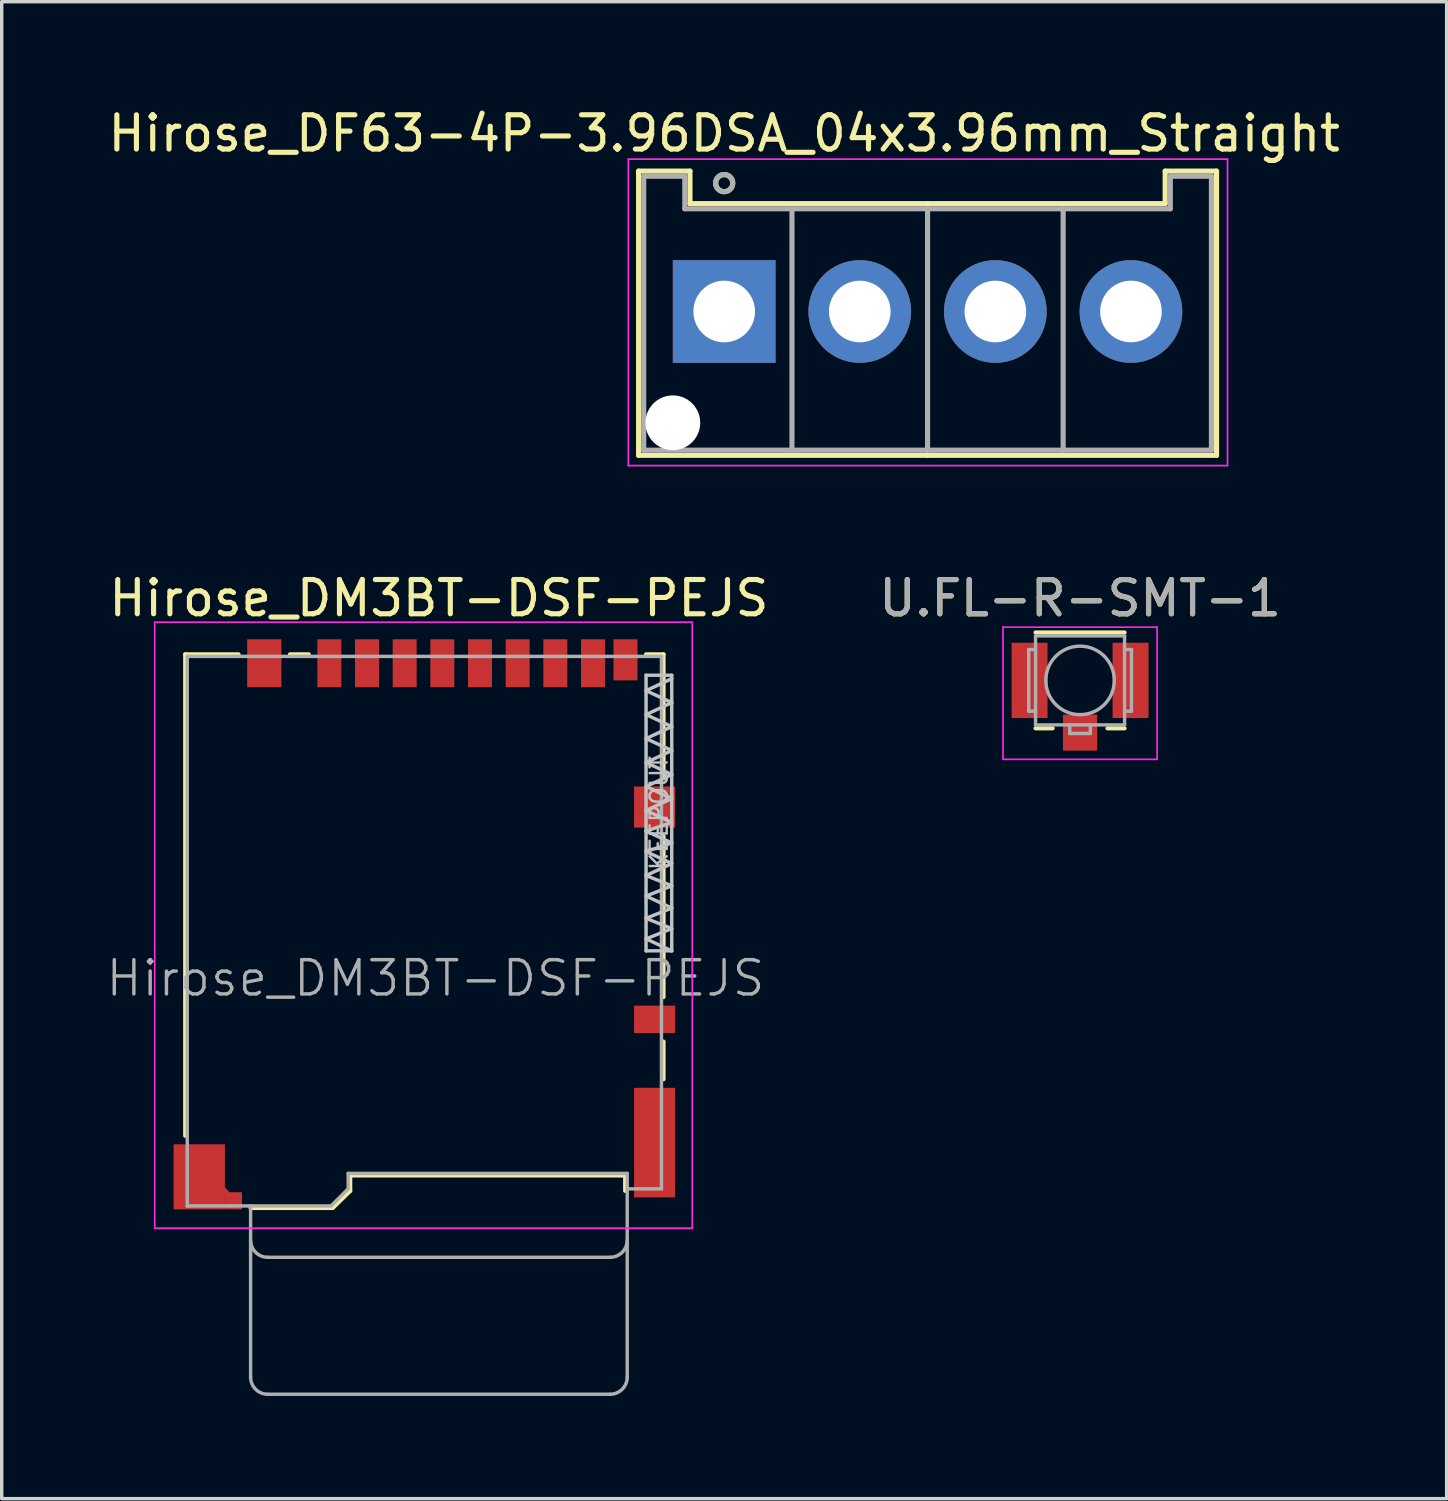
<source format=kicad_pcb>
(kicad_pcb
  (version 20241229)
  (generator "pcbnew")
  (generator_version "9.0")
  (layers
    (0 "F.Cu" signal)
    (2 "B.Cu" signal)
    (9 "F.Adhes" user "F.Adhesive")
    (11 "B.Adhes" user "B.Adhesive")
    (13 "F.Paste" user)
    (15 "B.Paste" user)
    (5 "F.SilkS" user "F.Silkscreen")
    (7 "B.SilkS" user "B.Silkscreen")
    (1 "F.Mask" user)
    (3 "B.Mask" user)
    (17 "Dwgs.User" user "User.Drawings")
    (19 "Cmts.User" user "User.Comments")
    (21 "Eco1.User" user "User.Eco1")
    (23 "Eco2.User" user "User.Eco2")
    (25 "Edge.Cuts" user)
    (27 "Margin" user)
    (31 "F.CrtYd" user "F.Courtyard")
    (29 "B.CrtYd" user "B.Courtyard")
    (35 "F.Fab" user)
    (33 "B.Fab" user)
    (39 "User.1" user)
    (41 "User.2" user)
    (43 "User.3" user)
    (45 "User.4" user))
  (footprint "U.FL-R-SMT-1"
    (layer "F.Cu")
    (at 28.495 17.197)
    (property "Reference" "U.FL-R-SMT-1" (at 0 -2.775 0) (layer "F.SilkS") (effects (font (size 1 1) (thickness 0.15))))
    (attr smd)
    (fp_line (start -1.3 -1.775) (end 1.3 -1.775) (stroke (width 0.12) (type solid)) (layer "F.SilkS"))
    (fp_line (start -0.8 1.025) (end -1.3 1.025) (stroke (width 0.12) (type solid)) (layer "F.SilkS"))
    (fp_line (start 0.8 1.025) (end 1.3 1.025) (stroke (width 0.12) (type solid)) (layer "F.SilkS"))
    (fp_line (start -2.25 -1.93) (end -2.25 1.93) (stroke (width 0.05) (type solid)) (layer "F.CrtYd"))
    (fp_line (start 2.25 -1.93) (end -2.25 -1.93) (stroke (width 0.05) (type solid)) (layer "F.CrtYd"))
    (fp_line (start 2.25 1.93) (end -2.25 1.93) (stroke (width 0.05) (type solid)) (layer "F.CrtYd"))
    (fp_line (start 2.25 1.93) (end 2.25 -1.93) (stroke (width 0.05) (type solid)) (layer "F.CrtYd"))
    (fp_line (start -1.5 -1.275) (end -1.5 0.525) (stroke (width 0.1) (type solid)) (layer "F.Fab"))
    (fp_line (start -1.5 0.525) (end -1.3 0.525) (stroke (width 0.1) (type solid)) (layer "F.Fab"))
    (fp_line (start -1.3 -1.675) (end 1.3 -1.675) (stroke (width 0.1) (type solid)) (layer "F.Fab"))
    (fp_line (start -1.3 -1.275) (end -1.5 -1.275) (stroke (width 0.1) (type solid)) (layer "F.Fab"))
    (fp_line (start -1.3 0.925) (end -1.3 -1.675) (stroke (width 0.1) (type solid)) (layer "F.Fab"))
    (fp_line (start -0.3 0.925) (end -0.3 1.175) (stroke (width 0.1) (type solid)) (layer "F.Fab"))
    (fp_line (start -0.3 1.175) (end 0.3 1.175) (stroke (width 0.1) (type solid)) (layer "F.Fab"))
    (fp_line (start 0.3 1.175) (end 0.3 0.925) (stroke (width 0.1) (type solid)) (layer "F.Fab"))
    (fp_line (start 1.3 -1.675) (end 1.3 0.925) (stroke (width 0.1) (type solid)) (layer "F.Fab"))
    (fp_line (start 1.3 0.525) (end 1.5 0.525) (stroke (width 0.1) (type solid)) (layer "F.Fab"))
    (fp_line (start 1.3 0.925) (end -1.3 0.925) (stroke (width 0.1) (type solid)) (layer "F.Fab"))
    (fp_line (start 1.5 -1.275) (end 1.3 -1.275) (stroke (width 0.1) (type solid)) (layer "F.Fab"))
    (fp_line (start 1.5 0.525) (end 1.5 -1.275) (stroke (width 0.1) (type solid)) (layer "F.Fab"))
    (fp_circle (center 0 -0.375) (end 0 0.625) (stroke (width 0.1) (type solid)) (fill no) (layer "F.Fab"))
    (fp_text user "${REFERENCE}" (at 0 -2.775 0) (layer "F.Fab") (effects (font (size 1 1) (thickness 0.15))))
    (pad "1" smd rect (at 0 1.15) (size 1 1.05) (layers "F.Cu" "F.Mask" "F.Paste"))
    (pad "2" smd rect (at -1.475 -0.375) (size 1.05 2.2) (layers "F.Cu" "F.Mask" "F.Paste"))
    (pad "2" smd rect (at 1.475 -0.375) (size 1.05 2.2) (layers "F.Cu" "F.Mask" "F.Paste")))
  (footprint "Hirose_DM3BT-DSF-PEJS"
    (layer "F.Cu")
    (at 6.569 17.021)
    (property "Reference" "Hirose_DM3BT-DSF-PEJS" (at 3.2 -2.6 0) (layer "F.SilkS") (effects (font (size 1 1) (thickness 0.15))))
    (attr smd)
    (fp_line (start -4.21 -0.96) (end -4.21 13.1) (stroke (width 0.12) (type solid)) (layer "F.SilkS"))
    (fp_line (start -4.21 -0.96) (end -2.65 -0.96) (stroke (width 0.12) (type solid)) (layer "F.SilkS"))
    (fp_line (start -2.3 15.21) (end 0.1 15.21) (stroke (width 0.12) (type solid)) (layer "F.SilkS"))
    (fp_line (start -0.6 -0.96) (end -1.15 -0.96) (stroke (width 0.12) (type solid)) (layer "F.SilkS"))
    (fp_line (start 0.11 15.2) (end 0.61 14.71) (stroke (width 0.12) (type solid)) (layer "F.SilkS"))
    (fp_line (start 0.61 14.26) (end 0.61 14.71) (stroke (width 0.12) (type solid)) (layer "F.SilkS"))
    (fp_line (start 8.64 14.26) (end 0.61 14.26) (stroke (width 0.12) (type solid)) (layer "F.SilkS"))
    (fp_line (start 8.64 14.26) (end 8.64 14.71) (stroke (width 0.12) (type solid)) (layer "F.SilkS"))
    (fp_line (start 9.25 -0.96) (end 9.76 -0.96) (stroke (width 0.12) (type solid)) (layer "F.SilkS"))
    (fp_line (start 9.76 -0.96) (end 9.76 2.65) (stroke (width 0.12) (type solid)) (layer "F.SilkS"))
    (fp_line (start 9.76 4.35) (end 9.76 9.05) (stroke (width 0.12) (type solid)) (layer "F.SilkS"))
    (fp_line (start 9.76 10.35) (end 9.76 11.45) (stroke (width 0.12) (type solid)) (layer "F.SilkS"))
    (fp_line (start 9.25 0.1) (end 10 -0.25) (stroke (width 0.1) (type solid)) (layer "Dwgs.User"))
    (fp_line (start 9.25 0.8) (end 10 0.45) (stroke (width 0.1) (type solid)) (layer "Dwgs.User"))
    (fp_line (start 9.25 1.5) (end 10 1.15) (stroke (width 0.1) (type solid)) (layer "Dwgs.User"))
    (fp_line (start 9.25 2.2) (end 10 1.85) (stroke (width 0.1) (type solid)) (layer "Dwgs.User"))
    (fp_line (start 9.25 2.9) (end 10 2.55) (stroke (width 0.1) (type solid)) (layer "Dwgs.User"))
    (fp_line (start 9.25 3.6) (end 10 3.25) (stroke (width 0.1) (type solid)) (layer "Dwgs.User"))
    (fp_line (start 9.25 4.2) (end 10 3.95) (stroke (width 0.1) (type solid)) (layer "Dwgs.User"))
    (fp_line (start 9.25 4.8) (end 10 4.55) (stroke (width 0.1) (type solid)) (layer "Dwgs.User"))
    (fp_line (start 9.25 5.5) (end 10 5.15) (stroke (width 0.1) (type solid)) (layer "Dwgs.User"))
    (fp_line (start 9.25 6.1) (end 10 5.8) (stroke (width 0.1) (type solid)) (layer "Dwgs.User"))
    (fp_line (start 9.25 6.75) (end 10 6.45) (stroke (width 0.1) (type solid)) (layer "Dwgs.User"))
    (fp_line (start 9.25 7.35) (end 10 7.05) (stroke (width 0.1) (type solid)) (layer "Dwgs.User"))
    (fp_line (start 9.25 7.7) (end 9.25 -0.35) (stroke (width 0.1) (type solid)) (layer "Dwgs.User"))
    (fp_line (start 10 -0.35) (end 9.25 -0.35) (stroke (width 0.1) (type solid)) (layer "Dwgs.User"))
    (fp_line (start 10 0.45) (end 9.25 0.1) (stroke (width 0.1) (type solid)) (layer "Dwgs.User"))
    (fp_line (start 10 1.15) (end 9.25 0.8) (stroke (width 0.1) (type solid)) (layer "Dwgs.User"))
    (fp_line (start 10 1.85) (end 9.25 1.5) (stroke (width 0.1) (type solid)) (layer "Dwgs.User"))
    (fp_line (start 10 2.55) (end 9.25 2.2) (stroke (width 0.1) (type solid)) (layer "Dwgs.User"))
    (fp_line (start 10 3.25) (end 9.25 2.9) (stroke (width 0.1) (type solid)) (layer "Dwgs.User"))
    (fp_line (start 10 3.95) (end 9.25 3.6) (stroke (width 0.1) (type solid)) (layer "Dwgs.User"))
    (fp_line (start 10 4.55) (end 9.25 4.2) (stroke (width 0.1) (type solid)) (layer "Dwgs.User"))
    (fp_line (start 10 5.15) (end 9.25 4.8) (stroke (width 0.1) (type solid)) (layer "Dwgs.User"))
    (fp_line (start 10 5.8) (end 9.25 5.5) (stroke (width 0.1) (type solid)) (layer "Dwgs.User"))
    (fp_line (start 10 6.45) (end 9.25 6.1) (stroke (width 0.1) (type solid)) (layer "Dwgs.User"))
    (fp_line (start 10 7.05) (end 9.25 6.75) (stroke (width 0.1) (type solid)) (layer "Dwgs.User"))
    (fp_line (start 10 7.7) (end 9.25 7.35) (stroke (width 0.1) (type solid)) (layer "Dwgs.User"))
    (fp_line (start 10 7.7) (end 9.25 7.7) (stroke (width 0.1) (type solid)) (layer "Dwgs.User"))
    (fp_line (start 10 7.7) (end 10 -0.35) (stroke (width 0.1) (type solid)) (layer "Dwgs.User"))
    (fp_line (start -5.1 -1.9) (end 10.6 -1.9) (stroke (width 0.05) (type solid)) (layer "F.CrtYd"))
    (fp_line (start -5.1 15.8) (end -5.1 -1.9) (stroke (width 0.05) (type solid)) (layer "F.CrtYd"))
    (fp_line (start 10.6 -1.9) (end 10.6 15.8) (stroke (width 0.05) (type solid)) (layer "F.CrtYd"))
    (fp_line (start 10.6 15.8) (end -5.1 15.8) (stroke (width 0.05) (type solid)) (layer "F.CrtYd"))
    (fp_line (start -4.15 -0.9) (end 9.7 -0.9) (stroke (width 0.1) (type solid)) (layer "F.Fab"))
    (fp_line (start -4.15 15.15) (end -4.15 -0.9) (stroke (width 0.1) (type solid)) (layer "F.Fab"))
    (fp_line (start -4.15 15.15) (end 0.05 15.15) (stroke (width 0.1) (type solid)) (layer "F.Fab"))
    (fp_line (start -2.3 15.15) (end -2.3 20.15) (stroke (width 0.1) (type solid)) (layer "F.Fab"))
    (fp_line (start -1.8 16.65) (end 8.2 16.65) (stroke (width 0.1) (type solid)) (layer "F.Fab"))
    (fp_line (start -1.8 20.65) (end 8.2 20.65) (stroke (width 0.1) (type solid)) (layer "F.Fab"))
    (fp_line (start 0.55 14.2) (end 0.55 14.65) (stroke (width 0.1) (type solid)) (layer "F.Fab"))
    (fp_line (start 0.55 14.2) (end 8.7 14.2) (stroke (width 0.1) (type solid)) (layer "F.Fab"))
    (fp_line (start 0.55 14.65) (end 0.05 15.15) (stroke (width 0.1) (type solid)) (layer "F.Fab"))
    (fp_line (start 8.7 20.15) (end 8.7 14.2) (stroke (width 0.1) (type solid)) (layer "F.Fab"))
    (fp_line (start 9.7 14.65) (end 8.7 14.65) (stroke (width 0.1) (type solid)) (layer "F.Fab"))
    (fp_line (start 9.7 14.65) (end 9.7 -0.9) (stroke (width 0.1) (type solid)) (layer "F.Fab"))
    (fp_arc (start -1.8 16.65) (mid -2.153553 16.503553) (end -2.3 16.15) (stroke (width 0.1) (type solid)) (layer "F.Fab"))
    (fp_arc (start -1.8 20.65) (mid -2.153553 20.503553) (end -2.3 20.15) (stroke (width 0.1) (type solid)) (layer "F.Fab"))
    (fp_arc (start 8.7 16.15) (mid 8.553553 16.503553) (end 8.2 16.65) (stroke (width 0.1) (type solid)) (layer "F.Fab"))
    (fp_arc (start 8.7 20.15) (mid 8.553553 20.503553) (end 8.2 20.65) (stroke (width 0.1) (type solid)) (layer "F.Fab"))
    (fp_text user "KEEPOUT" (at 9.625 3.675 90) (layer "Dwgs.User") (effects (font (size 0.5 0.5) (thickness 0.07))))
    (fp_text user "${REFERENCE}" (at 3.1 8.5 0) (layer "F.Fab") (effects (font (size 1 1) (thickness 0.1))))
    (pad "1" smd rect (at 0 -0.7) (size 0.7 1.4) (layers "F.Cu" "F.Mask" "F.Paste"))
    (pad "2" smd rect (at 1.1 -0.7) (size 0.7 1.4) (layers "F.Cu" "F.Mask" "F.Paste"))
    (pad "3" smd rect (at 2.2 -0.7) (size 0.7 1.4) (layers "F.Cu" "F.Mask" "F.Paste"))
    (pad "4" smd rect (at 3.3 -0.7) (size 0.7 1.4) (layers "F.Cu" "F.Mask" "F.Paste"))
    (pad "5" smd rect (at 4.4 -0.7) (size 0.7 1.4) (layers "F.Cu" "F.Mask" "F.Paste"))
    (pad "6" smd rect (at 5.5 -0.7) (size 0.7 1.4) (layers "F.Cu" "F.Mask" "F.Paste"))
    (pad "7" smd rect (at 6.6 -0.7) (size 0.7 1.4) (layers "F.Cu" "F.Mask" "F.Paste"))
    (pad "8" smd rect (at 7.7 -0.7) (size 0.7 1.4) (layers "F.Cu" "F.Mask" "F.Paste"))
    (pad "9" smd rect (at 8.65 -0.8) (size 0.7 1.2) (layers "F.Cu" "F.Mask" "F.Paste"))
    (pad "10" smd rect (at 9.5 9.7) (size 1.2 0.8) (layers "F.Cu" "F.Mask" "F.Paste"))
    (pad "11" smd rect (at -3.8 14.3) (size 1.5 1.9) (layers "F.Cu" "F.Mask" "F.Paste"))
    (pad "11" smd rect (at -3.05 14.75 45) (size 0.2 0.2) (layers "F.Cu" "F.Mask" "F.Paste"))
    (pad "11" smd rect (at -2.8 15) (size 0.5 0.5) (layers "F.Cu" "F.Mask" "F.Paste"))
    (pad "11" smd rect (at -1.9 -0.7) (size 1 1.4) (layers "F.Cu" "F.Mask" "F.Paste"))
    (pad "11" smd rect (at 9.5 3.5) (size 1.2 1.2) (layers "F.Cu" "F.Mask" "F.Paste"))
    (pad "11" smd rect (at 9.5 13.3) (size 1.2 3.2) (layers "F.Cu" "F.Mask" "F.Paste")))
  (footprint "Hirose_DF63-4P-3.96DSA_04x3.96mm_Straight"
    (layer "F.Cu")
    (at 18.101 6.048)
    (property "Reference" "Hirose_DF63-4P-3.96DSA_04x3.96mm_Straight" (at 0 -5.2 0) (layer "F.SilkS") (effects (font (size 1 1) (thickness 0.15))))
    (attr through_hole)
    (fp_line (start -2.5 -4.1) (end -1 -4.1) (stroke (width 0.15) (type solid)) (layer "F.SilkS"))
    (fp_line (start -2.5 4.2) (end -2.5 -4.1) (stroke (width 0.15) (type solid)) (layer "F.SilkS"))
    (fp_line (start -1 -4.1) (end -1 -3.15) (stroke (width 0.15) (type solid)) (layer "F.SilkS"))
    (fp_line (start -1 -3.15) (end 5.94 -3.15) (stroke (width 0.15) (type solid)) (layer "F.SilkS"))
    (fp_line (start 5.94 4.2) (end -2.5 4.2) (stroke (width 0.15) (type solid)) (layer "F.SilkS"))
    (fp_line (start 5.94 4.2) (end 14.38 4.2) (stroke (width 0.15) (type solid)) (layer "F.SilkS"))
    (fp_line (start 12.88 -4.1) (end 12.88 -3.15) (stroke (width 0.15) (type solid)) (layer "F.SilkS"))
    (fp_line (start 12.88 -3.15) (end 5.94 -3.15) (stroke (width 0.15) (type solid)) (layer "F.SilkS"))
    (fp_line (start 14.38 -4.1) (end 12.88 -4.1) (stroke (width 0.15) (type solid)) (layer "F.SilkS"))
    (fp_line (start 14.38 4.2) (end 14.38 -4.1) (stroke (width 0.15) (type solid)) (layer "F.SilkS"))
    (fp_circle (center 0 -3.75) (end 0.25 -3.75) (stroke (width 0.15) (type solid)) (fill no) (layer "F.SilkS"))
    (fp_line (start -2.8 -4.45) (end -2.8 4.5) (stroke (width 0.05) (type solid)) (layer "F.CrtYd"))
    (fp_line (start -2.8 4.5) (end 14.7 4.5) (stroke (width 0.05) (type solid)) (layer "F.CrtYd"))
    (fp_line (start 14.7 -4.45) (end -2.8 -4.45) (stroke (width 0.05) (type solid)) (layer "F.CrtYd"))
    (fp_line (start 14.7 4.5) (end 14.7 -4.45) (stroke (width 0.05) (type solid)) (layer "F.CrtYd"))
    (fp_line (start -2.35 -3.95) (end -1.15 -3.95) (stroke (width 0.15) (type solid)) (layer "F.Fab"))
    (fp_line (start -2.35 4.05) (end -2.35 -3.95) (stroke (width 0.15) (type solid)) (layer "F.Fab"))
    (fp_line (start -1.15 -3.95) (end -1.15 -3) (stroke (width 0.15) (type solid)) (layer "F.Fab"))
    (fp_line (start -1.15 -3) (end 5.94 -3) (stroke (width 0.15) (type solid)) (layer "F.Fab"))
    (fp_line (start 1.98 -3) (end 1.98 4.05) (stroke (width 0.15) (type solid)) (layer "F.Fab"))
    (fp_line (start 5.94 -3) (end 5.94 4.05) (stroke (width 0.15) (type solid)) (layer "F.Fab"))
    (fp_line (start 5.94 4.05) (end -2.35 4.05) (stroke (width 0.15) (type solid)) (layer "F.Fab"))
    (fp_line (start 5.94 4.05) (end 14.23 4.05) (stroke (width 0.15) (type solid)) (layer "F.Fab"))
    (fp_line (start 9.9 -3) (end 9.9 4.05) (stroke (width 0.15) (type solid)) (layer "F.Fab"))
    (fp_line (start 13.03 -3.95) (end 13.03 -3) (stroke (width 0.15) (type solid)) (layer "F.Fab"))
    (fp_line (start 13.03 -3) (end 5.94 -3) (stroke (width 0.15) (type solid)) (layer "F.Fab"))
    (fp_line (start 14.23 -3.95) (end 13.03 -3.95) (stroke (width 0.15) (type solid)) (layer "F.Fab"))
    (fp_line (start 14.23 4.05) (end 14.23 -3.95) (stroke (width 0.15) (type solid)) (layer "F.Fab"))
    (fp_circle (center 0 -3.75) (end 0.25 -3.75) (stroke (width 0.15) (type solid)) (fill no) (layer "F.Fab"))
    (pad "" np_thru_hole circle (at -1.5 3.25) (size 1.6 1.6) (drill 1.6) (layers "*.Cu"))
    (pad "1" thru_hole rect (at 0 0) (size 3 3) (drill 1.8) (layers "*.Cu" "*.Mask"))
    (pad "2" thru_hole circle (at 3.96 0) (size 3 3) (drill 1.8) (layers "*.Cu" "*.Mask"))
    (pad "3" thru_hole circle (at 7.92 0) (size 3 3) (drill 1.8) (layers "*.Cu" "*.Mask"))
    (pad "4" thru_hole circle (at 11.88 0) (size 3 3) (drill 1.8) (layers "*.Cu" "*.Mask")))
  (gr_rect
    (start -3 -3)
    (end 39.202 40.721)
    (stroke (width 0.1) (type default))
    (fill no)
    (layer "Edge.Cuts")))
</source>
